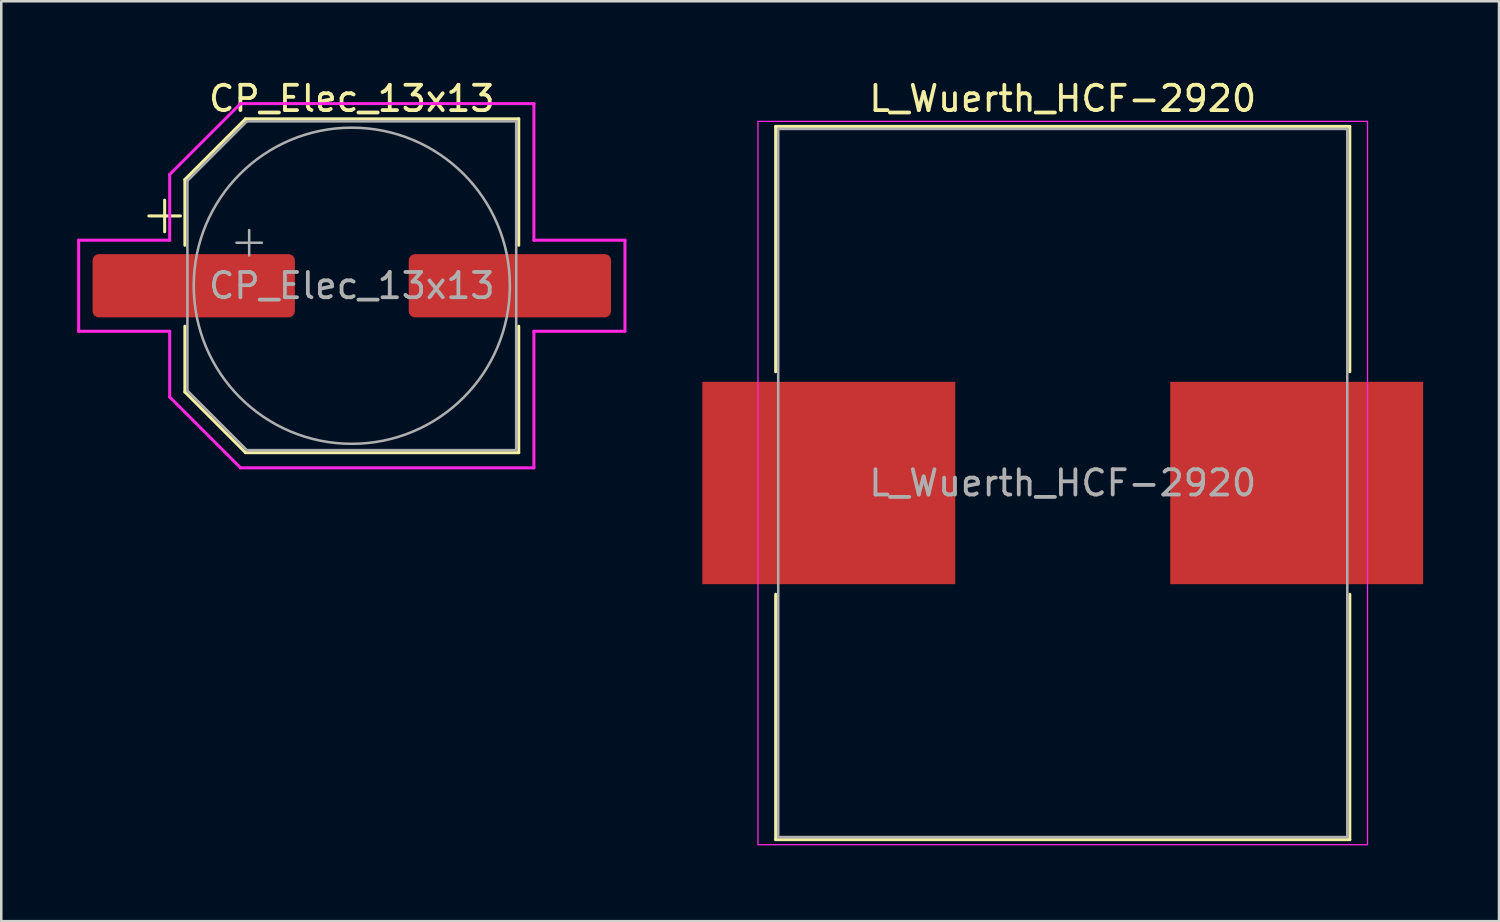
<source format=kicad_pcb>
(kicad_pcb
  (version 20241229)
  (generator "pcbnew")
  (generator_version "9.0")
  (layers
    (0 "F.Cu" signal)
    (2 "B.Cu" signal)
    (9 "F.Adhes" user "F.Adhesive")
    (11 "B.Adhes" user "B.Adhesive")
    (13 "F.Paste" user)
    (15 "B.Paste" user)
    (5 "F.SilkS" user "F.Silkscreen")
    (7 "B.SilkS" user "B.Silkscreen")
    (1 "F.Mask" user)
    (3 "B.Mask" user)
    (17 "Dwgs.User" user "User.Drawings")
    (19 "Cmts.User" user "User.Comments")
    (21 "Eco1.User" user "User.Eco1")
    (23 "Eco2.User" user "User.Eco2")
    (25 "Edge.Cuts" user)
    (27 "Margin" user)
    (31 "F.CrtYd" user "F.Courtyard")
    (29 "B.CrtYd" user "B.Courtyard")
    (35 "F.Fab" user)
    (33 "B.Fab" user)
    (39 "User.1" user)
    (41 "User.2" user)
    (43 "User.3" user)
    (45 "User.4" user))
  (footprint "L_Wuerth_HCF-2920"
    (layer "F.Cu")
    (at 38.97 16.048)
    (property "Reference" "L_Wuerth_HCF-2920" (at 0 -15.2 0) (layer "F.SilkS") (effects (font (size 1 1) (thickness 0.15))))
    (attr smd)
    (fp_line (start -11.35 -14.1) (end 11.35 -14.1) (stroke (width 0.12) (type solid)) (layer "F.SilkS"))
    (fp_line (start -11.35 -4.4) (end -11.35 -14.1) (stroke (width 0.12) (type solid)) (layer "F.SilkS"))
    (fp_line (start -11.35 4.4) (end -11.35 14.1) (stroke (width 0.12) (type solid)) (layer "F.SilkS"))
    (fp_line (start -11.35 14.1) (end 11.35 14.1) (stroke (width 0.12) (type solid)) (layer "F.SilkS"))
    (fp_line (start 11.35 -14.1) (end 11.35 -4.4) (stroke (width 0.12) (type solid)) (layer "F.SilkS"))
    (fp_line (start 11.35 14.1) (end 11.35 4.4) (stroke (width 0.12) (type solid)) (layer "F.SilkS"))
    (fp_line (start -12.05 -14.3) (end -12.05 14.3) (stroke (width 0.05) (type solid)) (layer "F.CrtYd"))
    (fp_line (start -12.05 14.3) (end 12.05 14.3) (stroke (width 0.05) (type solid)) (layer "F.CrtYd"))
    (fp_line (start 12.05 -14.3) (end -12.05 -14.3) (stroke (width 0.05) (type solid)) (layer "F.CrtYd"))
    (fp_line (start 12.05 14.3) (end 12.05 -14.3) (stroke (width 0.05) (type solid)) (layer "F.CrtYd"))
    (fp_line (start -11.25 -14) (end -11.25 14) (stroke (width 0.1) (type solid)) (layer "F.Fab"))
    (fp_line (start -11.25 14) (end 11.25 14) (stroke (width 0.1) (type solid)) (layer "F.Fab"))
    (fp_line (start 11.25 -14) (end -11.25 -14) (stroke (width 0.1) (type solid)) (layer "F.Fab"))
    (fp_line (start 11.25 14) (end 11.25 -14) (stroke (width 0.1) (type solid)) (layer "F.Fab"))
    (fp_text user "${REFERENCE}" (at 0 0 0) (layer "F.Fab") (effects (font (size 1 1) (thickness 0.15))))
    (pad "1" smd rect (at -9.25 0) (size 10 8) (layers "F.Cu" "F.Mask" "F.Paste"))
    (pad "2" smd rect (at 9.25 0) (size 10 8) (layers "F.Cu" "F.Mask" "F.Paste")))
  (footprint "CP_Elec_13x13"
    (layer "F.Cu")
    (at 10.86 8.248)
    (property "Reference" "CP_Elec_13x13" (at 0 -7.4 0) (layer "F.SilkS") (effects (font (size 1 1) (thickness 0.15))))
    (attr smd)
    (fp_line (start -8.025 -2.76) (end -6.775 -2.76) (stroke (width 0.12) (type solid)) (layer "F.SilkS"))
    (fp_line (start -7.4 -3.385) (end -7.4 -2.135) (stroke (width 0.12) (type solid)) (layer "F.SilkS"))
    (fp_line (start -6.6 -4.2) (end -4.2 -6.6) (stroke (width 0.12) (type solid)) (layer "F.SilkS"))
    (fp_line (start -6.6 -1.6) (end -6.6 -4.2) (stroke (width 0.12) (type solid)) (layer "F.SilkS"))
    (fp_line (start -6.6 4.2) (end -6.6 1.6) (stroke (width 0.12) (type solid)) (layer "F.SilkS"))
    (fp_line (start -4.2 -6.6) (end 6.6 -6.6) (stroke (width 0.12) (type solid)) (layer "F.SilkS"))
    (fp_line (start -4.2 6.6) (end -6.6 4.2) (stroke (width 0.12) (type solid)) (layer "F.SilkS"))
    (fp_line (start 6.6 -6.6) (end 6.6 -1.6) (stroke (width 0.12) (type solid)) (layer "F.SilkS"))
    (fp_line (start 6.6 1.6) (end 6.6 6.6) (stroke (width 0.12) (type solid)) (layer "F.SilkS"))
    (fp_line (start 6.6 6.6) (end -4.2 6.6) (stroke (width 0.12) (type solid)) (layer "F.SilkS"))
    (fp_line (start -10.8 -1.8) (end -10.8 1.8) (stroke (width 0.12) (type solid)) (layer "F.CrtYd"))
    (fp_line (start -10.8 1.8) (end -7.2 1.8) (stroke (width 0.12) (type solid)) (layer "F.CrtYd"))
    (fp_line (start -7.2 -4.4) (end -7.2 -1.8) (stroke (width 0.12) (type solid)) (layer "F.CrtYd"))
    (fp_line (start -7.2 -1.8) (end -10.8 -1.8) (stroke (width 0.12) (type solid)) (layer "F.CrtYd"))
    (fp_line (start -7.2 1.8) (end -7.2 4.4) (stroke (width 0.12) (type solid)) (layer "F.CrtYd"))
    (fp_line (start -7.2 4.4) (end -4.4 7.2) (stroke (width 0.12) (type solid)) (layer "F.CrtYd"))
    (fp_line (start -4.4 -7.2) (end -7.2 -4.4) (stroke (width 0.12) (type solid)) (layer "F.CrtYd"))
    (fp_line (start -4.4 7.2) (end 7.2 7.2) (stroke (width 0.12) (type solid)) (layer "F.CrtYd"))
    (fp_line (start 7.2 -7.2) (end -4.4 -7.2) (stroke (width 0.12) (type solid)) (layer "F.CrtYd"))
    (fp_line (start 7.2 -1.8) (end 7.2 -7.2) (stroke (width 0.12) (type solid)) (layer "F.CrtYd"))
    (fp_line (start 7.2 1.8) (end 10.8 1.8) (stroke (width 0.12) (type solid)) (layer "F.CrtYd"))
    (fp_line (start 7.2 7.2) (end 7.2 1.8) (stroke (width 0.12) (type solid)) (layer "F.CrtYd"))
    (fp_line (start 10.8 -1.8) (end 7.2 -1.8) (stroke (width 0.12) (type solid)) (layer "F.CrtYd"))
    (fp_line (start 10.8 1.8) (end 10.8 -1.8) (stroke (width 0.12) (type solid)) (layer "F.CrtYd"))
    (fp_line (start -6.5 -4.15) (end -6.5 4.15) (stroke (width 0.1) (type solid)) (layer "F.Fab"))
    (fp_line (start -6.5 -4.15) (end -4.15 -6.5) (stroke (width 0.1) (type solid)) (layer "F.Fab"))
    (fp_line (start -6.5 4.15) (end -4.15 6.5) (stroke (width 0.1) (type solid)) (layer "F.Fab"))
    (fp_line (start -4.558 -1.7) (end -3.558 -1.7) (stroke (width 0.1) (type solid)) (layer "F.Fab"))
    (fp_line (start -4.15 -6.5) (end 6.5 -6.5) (stroke (width 0.1) (type solid)) (layer "F.Fab"))
    (fp_line (start -4.15 6.5) (end 6.5 6.5) (stroke (width 0.1) (type solid)) (layer "F.Fab"))
    (fp_line (start -4.058 -2.2) (end -4.058 -1.2) (stroke (width 0.1) (type solid)) (layer "F.Fab"))
    (fp_line (start 6.5 -6.5) (end 6.5 6.5) (stroke (width 0.1) (type solid)) (layer "F.Fab"))
    (fp_circle (center 0 0) (end 6.25 0) (stroke (width 0.1) (type solid)) (fill no) (layer "F.Fab"))
    (fp_text user "${REFERENCE}" (at 0 0 0) (layer "F.Fab") (effects (font (size 1 1) (thickness 0.15))))
    (pad "1" smd roundrect (at -6.25 0) (size 8 2.5) (layers "F.Cu" "F.Mask" "F.Paste") (roundrect_rratio 0.1))
    (pad "2" smd roundrect (at 6.25 0) (size 8 2.5) (layers "F.Cu" "F.Mask" "F.Paste") (roundrect_rratio 0.1)))
  (gr_rect
    (start -3 -3)
    (end 56.22 33.373)
    (stroke (width 0.1) (type default))
    (fill no)
    (layer "Edge.Cuts")))
</source>
